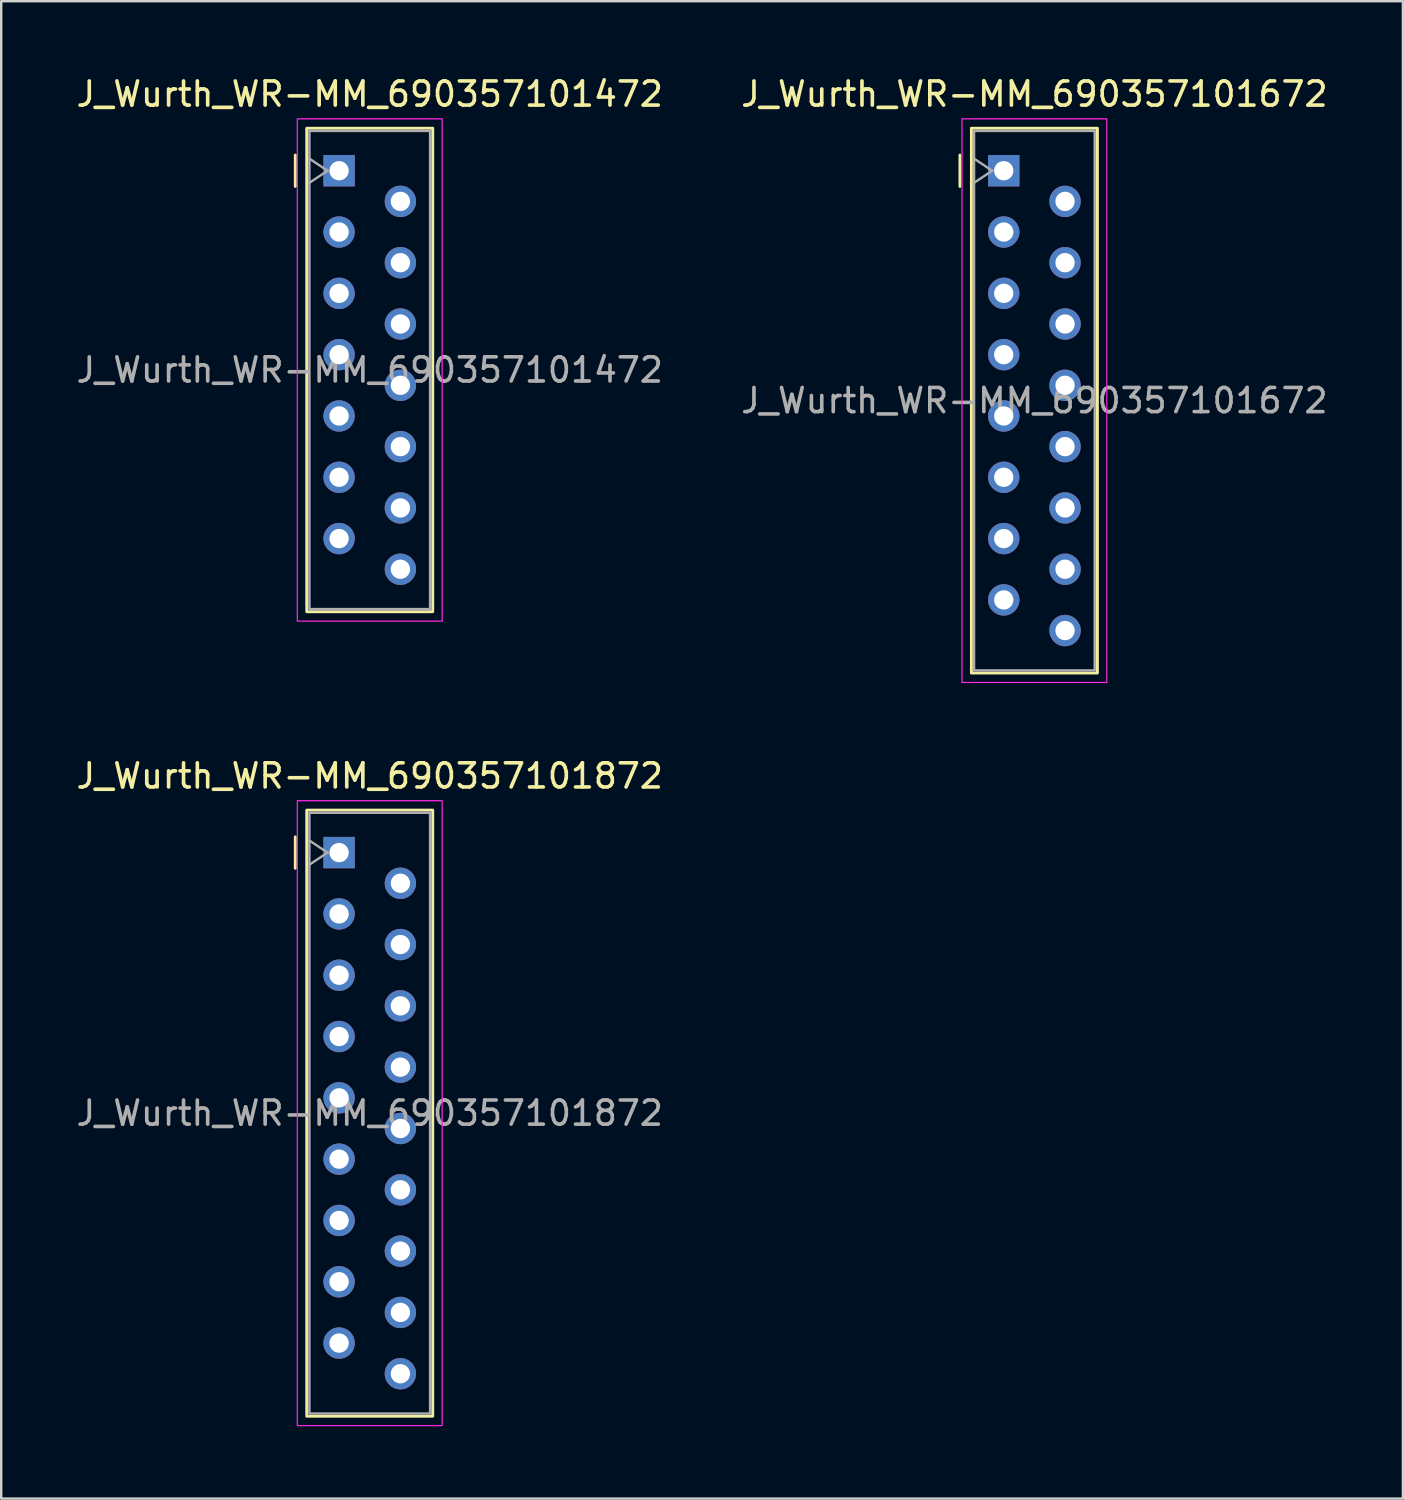
<source format=kicad_pcb>
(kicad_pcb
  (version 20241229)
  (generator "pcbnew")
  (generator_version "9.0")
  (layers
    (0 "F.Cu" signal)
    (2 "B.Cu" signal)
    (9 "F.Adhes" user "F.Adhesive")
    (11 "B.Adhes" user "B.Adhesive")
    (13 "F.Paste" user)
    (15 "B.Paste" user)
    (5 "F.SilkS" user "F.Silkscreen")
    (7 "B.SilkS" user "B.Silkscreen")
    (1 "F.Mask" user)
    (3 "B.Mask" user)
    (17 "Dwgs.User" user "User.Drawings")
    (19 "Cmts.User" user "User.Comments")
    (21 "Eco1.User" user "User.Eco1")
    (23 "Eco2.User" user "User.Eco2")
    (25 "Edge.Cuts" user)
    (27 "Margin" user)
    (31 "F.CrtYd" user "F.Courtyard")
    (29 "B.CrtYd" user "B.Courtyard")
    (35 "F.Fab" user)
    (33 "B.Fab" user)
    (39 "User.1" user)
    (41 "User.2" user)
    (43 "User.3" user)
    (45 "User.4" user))
  (footprint "J_Wurth_WR-MM_690357101872"
    (layer "F.Cu")
    (at 10.998 32.272)
    (property "Reference" "J_Wurth_WR-MM_690357101872" (at 1.27 -3.175 0) (unlocked yes) (layer "F.SilkS") (effects (font (size 1 1) (thickness 0.15))))
    (attr through_hole)
    (fp_line (start -1.815 -0.65) (end -1.815 0.65) (stroke (width 0.12) (type solid)) (layer "F.SilkS"))
    (fp_rect (start -1.34 -1.76) (end 3.88 23.35) (stroke (width 0.12) (type solid)) (fill no) (layer "F.SilkS"))
    (fp_rect (start -1.73 -2.15) (end 4.27 23.74) (stroke (width 0.05) (type solid)) (fill no) (layer "F.CrtYd"))
    (fp_line (start -0.48 0) (end -1.23 -0.5) (stroke (width 0.1) (type solid)) (layer "F.Fab"))
    (fp_line (start -0.48 0) (end -1.23 0.5) (stroke (width 0.1) (type solid)) (layer "F.Fab"))
    (fp_rect (start -1.23 -1.65) (end 3.77 23.24) (stroke (width 0.1) (type solid)) (fill no) (layer "F.Fab"))
    (fp_text user "${REFERENCE}" (at 1.27 10.795 0) (unlocked yes) (layer "F.Fab") (effects (font (size 1 1) (thickness 0.15))))
    (pad "1" thru_hole rect (at 0 0 90) (size 1.3 1.3) (drill 0.8) (layers "*.Cu" "*.Mask"))
    (pad "2" thru_hole circle (at 2.54 1.27 90) (size 1.3 1.3) (drill 0.8) (layers "*.Cu" "*.Mask"))
    (pad "3" thru_hole circle (at 0 2.54 90) (size 1.3 1.3) (drill 0.8) (layers "*.Cu" "*.Mask"))
    (pad "4" thru_hole circle (at 2.54 3.81 90) (size 1.3 1.3) (drill 0.8) (layers "*.Cu" "*.Mask"))
    (pad "5" thru_hole circle (at 0 5.08 90) (size 1.3 1.3) (drill 0.8) (layers "*.Cu" "*.Mask"))
    (pad "6" thru_hole circle (at 2.54 6.35 90) (size 1.3 1.3) (drill 0.8) (layers "*.Cu" "*.Mask"))
    (pad "7" thru_hole circle (at 0 7.62 90) (size 1.3 1.3) (drill 0.8) (layers "*.Cu" "*.Mask"))
    (pad "8" thru_hole circle (at 2.54 8.89 90) (size 1.3 1.3) (drill 0.8) (layers "*.Cu" "*.Mask"))
    (pad "9" thru_hole circle (at 0 10.16 90) (size 1.3 1.3) (drill 0.8) (layers "*.Cu" "*.Mask"))
    (pad "10" thru_hole circle (at 2.54 11.43 90) (size 1.3 1.3) (drill 0.8) (layers "*.Cu" "*.Mask"))
    (pad "11" thru_hole circle (at 0 12.7 90) (size 1.3 1.3) (drill 0.8) (layers "*.Cu" "*.Mask"))
    (pad "12" thru_hole circle (at 2.54 13.97 90) (size 1.3 1.3) (drill 0.8) (layers "*.Cu" "*.Mask"))
    (pad "13" thru_hole circle (at 0 15.24 90) (size 1.3 1.3) (drill 0.8) (layers "*.Cu" "*.Mask"))
    (pad "14" thru_hole circle (at 2.54 16.51 90) (size 1.3 1.3) (drill 0.8) (layers "*.Cu" "*.Mask"))
    (pad "15" thru_hole circle (at 0 17.78 90) (size 1.3 1.3) (drill 0.8) (layers "*.Cu" "*.Mask"))
    (pad "16" thru_hole circle (at 2.54 19.05 90) (size 1.3 1.3) (drill 0.8) (layers "*.Cu" "*.Mask"))
    (pad "17" thru_hole circle (at 0 20.32 90) (size 1.3 1.3) (drill 0.8) (layers "*.Cu" "*.Mask"))
    (pad "18" thru_hole circle (at 2.54 21.59 90) (size 1.3 1.3) (drill 0.8) (layers "*.Cu" "*.Mask")))
  (footprint "J_Wurth_WR-MM_690357101672"
    (layer "F.Cu")
    (at 38.534 4.023)
    (property "Reference" "J_Wurth_WR-MM_690357101672" (at 1.27 -3.175 0) (unlocked yes) (layer "F.SilkS") (effects (font (size 1 1) (thickness 0.15))))
    (attr through_hole)
    (fp_line (start -1.815 -0.65) (end -1.815 0.65) (stroke (width 0.12) (type solid)) (layer "F.SilkS"))
    (fp_rect (start -1.34 -1.76) (end 3.88 20.81) (stroke (width 0.12) (type solid)) (fill no) (layer "F.SilkS"))
    (fp_rect (start -1.73 -2.15) (end 4.27 21.2) (stroke (width 0.05) (type solid)) (fill no) (layer "F.CrtYd"))
    (fp_line (start -0.48 0) (end -1.23 -0.5) (stroke (width 0.1) (type solid)) (layer "F.Fab"))
    (fp_line (start -0.48 0) (end -1.23 0.5) (stroke (width 0.1) (type solid)) (layer "F.Fab"))
    (fp_rect (start -1.23 -1.65) (end 3.77 20.7) (stroke (width 0.1) (type solid)) (fill no) (layer "F.Fab"))
    (fp_text user "${REFERENCE}" (at 1.27 9.525 0) (unlocked yes) (layer "F.Fab") (effects (font (size 1 1) (thickness 0.15))))
    (pad "1" thru_hole rect (at 0 0 90) (size 1.3 1.3) (drill 0.8) (layers "*.Cu" "*.Mask"))
    (pad "2" thru_hole circle (at 2.54 1.27 90) (size 1.3 1.3) (drill 0.8) (layers "*.Cu" "*.Mask"))
    (pad "3" thru_hole circle (at 0 2.54 90) (size 1.3 1.3) (drill 0.8) (layers "*.Cu" "*.Mask"))
    (pad "4" thru_hole circle (at 2.54 3.81 90) (size 1.3 1.3) (drill 0.8) (layers "*.Cu" "*.Mask"))
    (pad "5" thru_hole circle (at 0 5.08 90) (size 1.3 1.3) (drill 0.8) (layers "*.Cu" "*.Mask"))
    (pad "6" thru_hole circle (at 2.54 6.35 90) (size 1.3 1.3) (drill 0.8) (layers "*.Cu" "*.Mask"))
    (pad "7" thru_hole circle (at 0 7.62 90) (size 1.3 1.3) (drill 0.8) (layers "*.Cu" "*.Mask"))
    (pad "8" thru_hole circle (at 2.54 8.89 90) (size 1.3 1.3) (drill 0.8) (layers "*.Cu" "*.Mask"))
    (pad "9" thru_hole circle (at 0 10.16 90) (size 1.3 1.3) (drill 0.8) (layers "*.Cu" "*.Mask"))
    (pad "10" thru_hole circle (at 2.54 11.43 90) (size 1.3 1.3) (drill 0.8) (layers "*.Cu" "*.Mask"))
    (pad "11" thru_hole circle (at 0 12.7 90) (size 1.3 1.3) (drill 0.8) (layers "*.Cu" "*.Mask"))
    (pad "12" thru_hole circle (at 2.54 13.97 90) (size 1.3 1.3) (drill 0.8) (layers "*.Cu" "*.Mask"))
    (pad "13" thru_hole circle (at 0 15.24 90) (size 1.3 1.3) (drill 0.8) (layers "*.Cu" "*.Mask"))
    (pad "14" thru_hole circle (at 2.54 16.51 90) (size 1.3 1.3) (drill 0.8) (layers "*.Cu" "*.Mask"))
    (pad "15" thru_hole circle (at 0 17.78 90) (size 1.3 1.3) (drill 0.8) (layers "*.Cu" "*.Mask"))
    (pad "16" thru_hole circle (at 2.54 19.05 90) (size 1.3 1.3) (drill 0.8) (layers "*.Cu" "*.Mask")))
  (footprint "J_Wurth_WR-MM_690357101472"
    (layer "F.Cu")
    (at 10.998 4.023)
    (property "Reference" "J_Wurth_WR-MM_690357101472" (at 1.27 -3.175 0) (unlocked yes) (layer "F.SilkS") (effects (font (size 1 1) (thickness 0.15))))
    (attr through_hole)
    (fp_line (start -1.815 -0.65) (end -1.815 0.65) (stroke (width 0.12) (type solid)) (layer "F.SilkS"))
    (fp_rect (start -1.34 -1.76) (end 3.88 18.27) (stroke (width 0.12) (type solid)) (fill no) (layer "F.SilkS"))
    (fp_rect (start -1.73 -2.15) (end 4.27 18.66) (stroke (width 0.05) (type solid)) (fill no) (layer "F.CrtYd"))
    (fp_line (start -0.48 0) (end -1.23 -0.5) (stroke (width 0.1) (type solid)) (layer "F.Fab"))
    (fp_line (start -0.48 0) (end -1.23 0.5) (stroke (width 0.1) (type solid)) (layer "F.Fab"))
    (fp_rect (start -1.23 -1.65) (end 3.77 18.16) (stroke (width 0.1) (type solid)) (fill no) (layer "F.Fab"))
    (fp_text user "${REFERENCE}" (at 1.27 8.255 0) (unlocked yes) (layer "F.Fab") (effects (font (size 1 1) (thickness 0.15))))
    (pad "1" thru_hole rect (at 0 0 90) (size 1.3 1.3) (drill 0.8) (layers "*.Cu" "*.Mask"))
    (pad "2" thru_hole circle (at 2.54 1.27 90) (size 1.3 1.3) (drill 0.8) (layers "*.Cu" "*.Mask"))
    (pad "3" thru_hole circle (at 0 2.54 90) (size 1.3 1.3) (drill 0.8) (layers "*.Cu" "*.Mask"))
    (pad "4" thru_hole circle (at 2.54 3.81 90) (size 1.3 1.3) (drill 0.8) (layers "*.Cu" "*.Mask"))
    (pad "5" thru_hole circle (at 0 5.08 90) (size 1.3 1.3) (drill 0.8) (layers "*.Cu" "*.Mask"))
    (pad "6" thru_hole circle (at 2.54 6.35 90) (size 1.3 1.3) (drill 0.8) (layers "*.Cu" "*.Mask"))
    (pad "7" thru_hole circle (at 0 7.62 90) (size 1.3 1.3) (drill 0.8) (layers "*.Cu" "*.Mask"))
    (pad "8" thru_hole circle (at 2.54 8.89 90) (size 1.3 1.3) (drill 0.8) (layers "*.Cu" "*.Mask"))
    (pad "9" thru_hole circle (at 0 10.16 90) (size 1.3 1.3) (drill 0.8) (layers "*.Cu" "*.Mask"))
    (pad "10" thru_hole circle (at 2.54 11.43 90) (size 1.3 1.3) (drill 0.8) (layers "*.Cu" "*.Mask"))
    (pad "11" thru_hole circle (at 0 12.7 90) (size 1.3 1.3) (drill 0.8) (layers "*.Cu" "*.Mask"))
    (pad "12" thru_hole circle (at 2.54 13.97 90) (size 1.3 1.3) (drill 0.8) (layers "*.Cu" "*.Mask"))
    (pad "13" thru_hole circle (at 0 15.24 90) (size 1.3 1.3) (drill 0.8) (layers "*.Cu" "*.Mask"))
    (pad "14" thru_hole circle (at 2.54 16.51 90) (size 1.3 1.3) (drill 0.8) (layers "*.Cu" "*.Mask")))
  (gr_rect
    (start -3 -3)
    (end 55.071 59.036)
    (stroke (width 0.1) (type default))
    (fill no)
    (layer "Edge.Cuts")))
</source>
